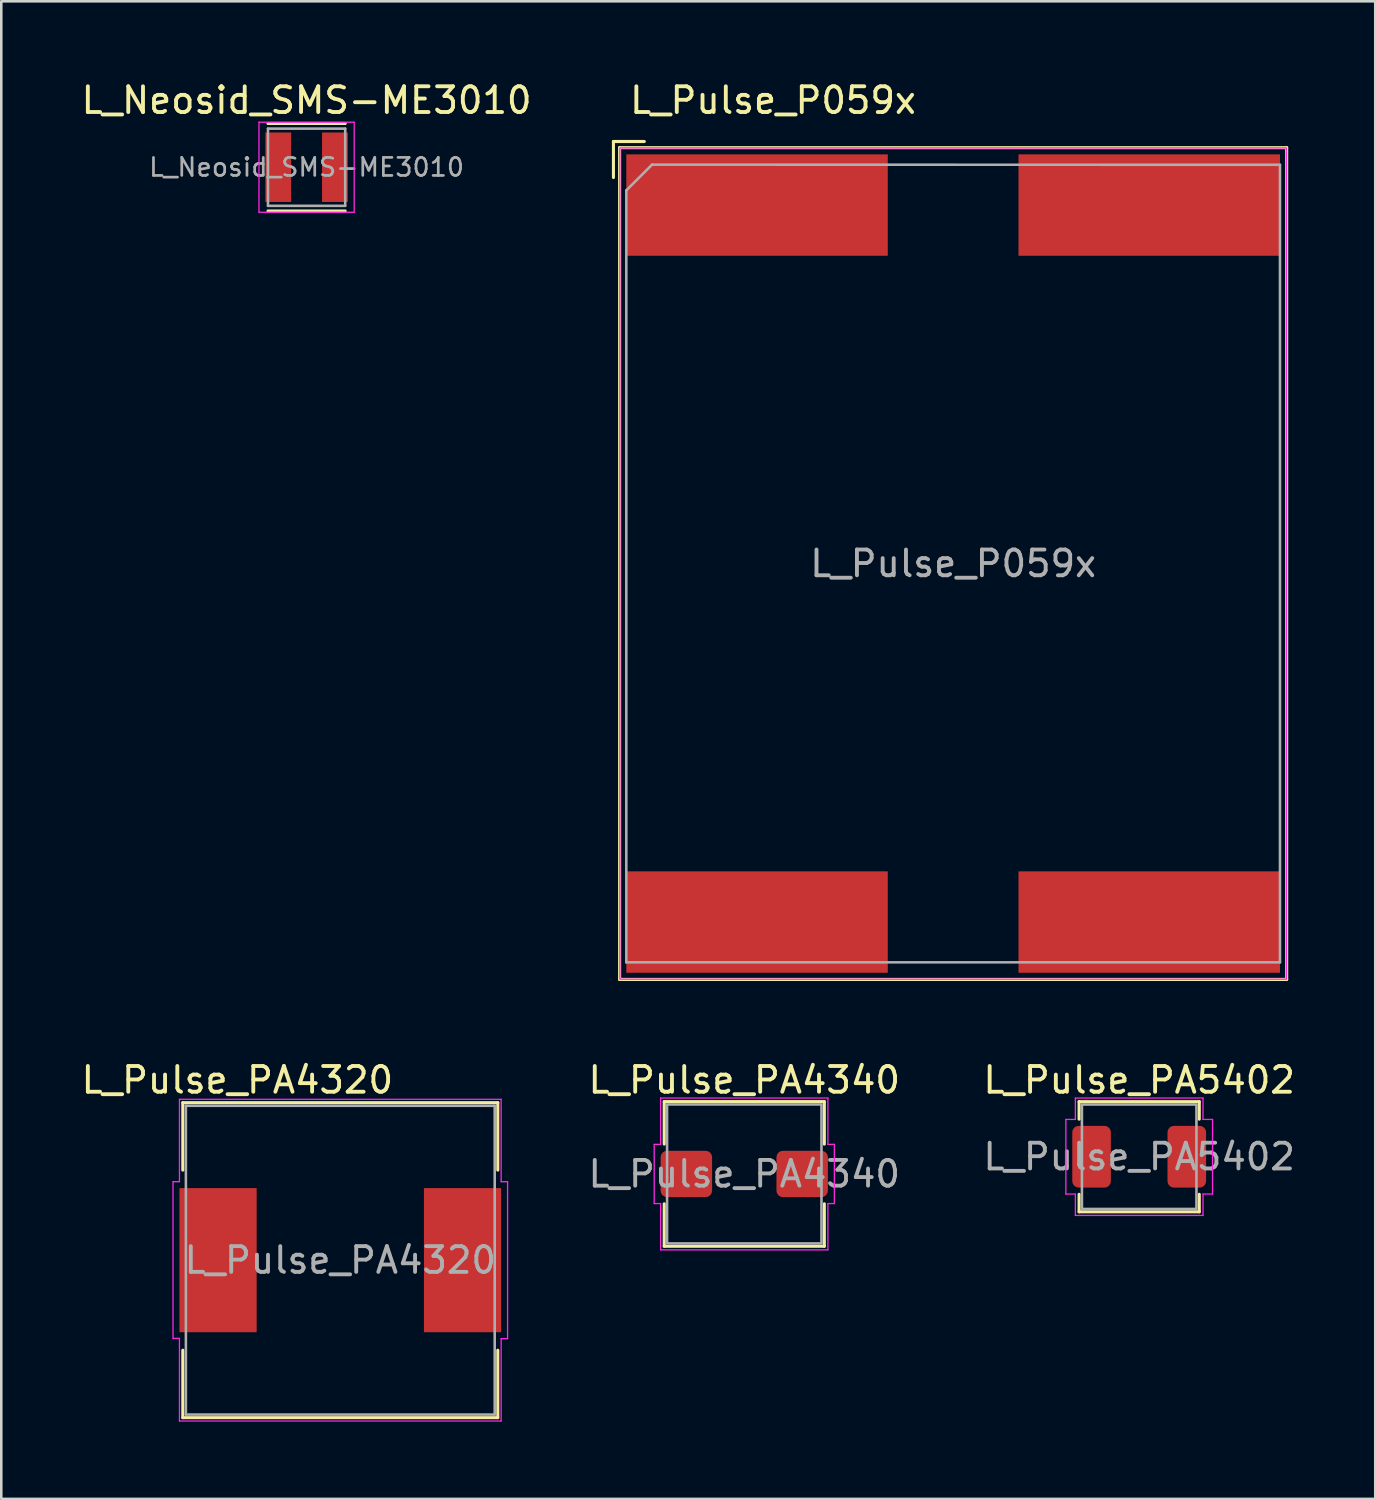
<source format=kicad_pcb>
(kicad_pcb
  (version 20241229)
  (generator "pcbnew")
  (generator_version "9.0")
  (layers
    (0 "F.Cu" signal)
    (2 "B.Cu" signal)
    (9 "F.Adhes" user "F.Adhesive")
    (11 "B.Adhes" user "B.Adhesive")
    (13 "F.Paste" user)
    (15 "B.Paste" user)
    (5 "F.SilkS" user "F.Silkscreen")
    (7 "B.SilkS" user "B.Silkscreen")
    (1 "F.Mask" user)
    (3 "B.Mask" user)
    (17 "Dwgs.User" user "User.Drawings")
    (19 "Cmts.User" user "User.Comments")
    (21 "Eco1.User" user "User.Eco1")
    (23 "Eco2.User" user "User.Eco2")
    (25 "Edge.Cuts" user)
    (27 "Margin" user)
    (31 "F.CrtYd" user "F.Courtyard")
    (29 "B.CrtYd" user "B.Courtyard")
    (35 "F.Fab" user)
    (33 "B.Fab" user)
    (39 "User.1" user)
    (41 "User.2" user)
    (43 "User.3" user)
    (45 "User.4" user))
  (footprint "L_Pulse_PA4340"
    (layer "F.Cu")
    (at 25.87 42.566)
    (property "Reference" "L_Pulse_PA4340" (at 0 -3.65 0) (layer "F.SilkS") (effects (font (size 1 1) (thickness 0.15))))
    (attr smd)
    (fp_line (start -3.11 -2.81) (end 3.11 -2.81) (stroke (width 0.12) (type solid)) (layer "F.SilkS"))
    (fp_line (start -3.11 -1.16) (end -3.11 -2.81) (stroke (width 0.12) (type solid)) (layer "F.SilkS"))
    (fp_line (start -3.11 2.81) (end -3.11 1.16) (stroke (width 0.12) (type solid)) (layer "F.SilkS"))
    (fp_line (start 3.11 -2.81) (end 3.11 -1.16) (stroke (width 0.12) (type solid)) (layer "F.SilkS"))
    (fp_line (start 3.11 1.16) (end 3.11 2.81) (stroke (width 0.12) (type solid)) (layer "F.SilkS"))
    (fp_line (start 3.11 2.81) (end -3.11 2.81) (stroke (width 0.12) (type solid)) (layer "F.SilkS"))
    (fp_line (start -3.5 -1.15) (end -3.25 -1.15) (stroke (width 0.05) (type solid)) (layer "F.CrtYd"))
    (fp_line (start -3.5 1.15) (end -3.5 -1.15) (stroke (width 0.05) (type solid)) (layer "F.CrtYd"))
    (fp_line (start -3.25 -2.95) (end 3.25 -2.95) (stroke (width 0.05) (type solid)) (layer "F.CrtYd"))
    (fp_line (start -3.25 -1.15) (end -3.25 -2.95) (stroke (width 0.05) (type solid)) (layer "F.CrtYd"))
    (fp_line (start -3.25 1.15) (end -3.5 1.15) (stroke (width 0.05) (type solid)) (layer "F.CrtYd"))
    (fp_line (start -3.25 2.95) (end -3.25 1.15) (stroke (width 0.05) (type solid)) (layer "F.CrtYd"))
    (fp_line (start 3.25 -2.95) (end 3.25 -1.15) (stroke (width 0.05) (type solid)) (layer "F.CrtYd"))
    (fp_line (start 3.25 -1.15) (end 3.5 -1.15) (stroke (width 0.05) (type solid)) (layer "F.CrtYd"))
    (fp_line (start 3.25 1.15) (end 3.25 2.95) (stroke (width 0.05) (type solid)) (layer "F.CrtYd"))
    (fp_line (start 3.25 2.95) (end -3.25 2.95) (stroke (width 0.05) (type solid)) (layer "F.CrtYd"))
    (fp_line (start 3.5 -1.15) (end 3.5 1.15) (stroke (width 0.05) (type solid)) (layer "F.CrtYd"))
    (fp_line (start 3.5 1.15) (end 3.25 1.15) (stroke (width 0.05) (type solid)) (layer "F.CrtYd"))
    (fp_rect (start -3 -2.7) (end 3 2.7) (stroke (width 0.1) (type solid)) (fill no) (layer "F.Fab"))
    (fp_text user "${REFERENCE}" (at 0 0 0) (layer "F.Fab") (effects (font (size 1 1) (thickness 0.15))))
    (pad "1" smd roundrect (at -2.25 0) (size 2 1.8) (layers "F.Cu" "F.Mask" "F.Paste") (roundrect_rratio 0.139))
    (pad "2" smd roundrect (at 2.25 0) (size 2 1.8) (layers "F.Cu" "F.Mask" "F.Paste") (roundrect_rratio 0.139)))
  (footprint "L_Pulse_P059x"
    (layer "F.Cu")
    (at 33.986 18.848)
    (property "Reference" "L_Pulse_P059x" (at -7 -18 0) (unlocked yes) (layer "F.SilkS") (effects (font (size 1 1) (thickness 0.15))))
    (attr smd)
    (fp_line (start -13.2 -16.4) (end -12 -16.4) (stroke (width 0.12) (type solid)) (layer "F.SilkS"))
    (fp_line (start -13.2 -15) (end -13.2 -16.4) (stroke (width 0.12) (type solid)) (layer "F.SilkS"))
    (fp_line (start -12.96 -16.16) (end 12.96 -16.16) (stroke (width 0.12) (type solid)) (layer "F.SilkS"))
    (fp_line (start -12.96 16.16) (end -12.96 -16.16) (stroke (width 0.12) (type solid)) (layer "F.SilkS"))
    (fp_line (start 12.96 -16.16) (end 12.96 16.16) (stroke (width 0.12) (type solid)) (layer "F.SilkS"))
    (fp_line (start 12.96 16.16) (end -12.96 16.16) (stroke (width 0.12) (type solid)) (layer "F.SilkS"))
    (fp_rect (start -12.95 -16.15) (end 12.95 16.15) (stroke (width 0.05) (type solid)) (fill no) (layer "F.CrtYd"))
    (fp_line (start -12.7 -14.5) (end -11.7 -15.5) (stroke (width 0.1) (type solid)) (layer "F.Fab"))
    (fp_line (start -12.7 15.495) (end -12.7 -14.5) (stroke (width 0.1) (type solid)) (layer "F.Fab"))
    (fp_line (start -11.7 -15.5) (end 12.7 -15.495) (stroke (width 0.1) (type solid)) (layer "F.Fab"))
    (fp_line (start 12.7 -15.495) (end 12.7 15.495) (stroke (width 0.1) (type solid)) (layer "F.Fab"))
    (fp_line (start 12.7 15.495) (end -12.7 15.495) (stroke (width 0.1) (type solid)) (layer "F.Fab"))
    (fp_text user "${REFERENCE}" (at 0 0 0) (unlocked yes) (layer "F.Fab") (effects (font (size 1 1) (thickness 0.15))))
    (pad "1" smd rect (at -7.62 -13.93) (size 10.16 3.94) (layers "F.Cu" "F.Mask" "F.Paste"))
    (pad "2" smd rect (at 7.62 -13.93) (size 10.16 3.94) (layers "F.Cu" "F.Mask" "F.Paste"))
    (pad "3" smd rect (at 7.62 13.93) (size 10.16 3.94) (layers "F.Cu" "F.Mask" "F.Paste"))
    (pad "4" smd rect (at -7.62 13.93) (size 10.16 3.94) (layers "F.Cu" "F.Mask" "F.Paste")))
  (footprint "L_Neosid_SMS-ME3010"
    (layer "F.Cu")
    (at 8.863 3.448)
    (property "Reference" "L_Neosid_SMS-ME3010" (at 0 -2.6 0) (layer "F.SilkS") (effects (font (size 1 1) (thickness 0.15))))
    (attr smd)
    (fp_line (start 1.5 -1.7) (end -1.5 -1.7) (stroke (width 0.12) (type solid)) (layer "F.SilkS"))
    (fp_line (start 1.5 1.7) (end -1.5 1.7) (stroke (width 0.12) (type solid)) (layer "F.SilkS"))
    (fp_line (start -1.85 -1.75) (end -1.85 1.75) (stroke (width 0.05) (type solid)) (layer "F.CrtYd"))
    (fp_line (start -1.85 -1.75) (end 1.85 -1.75) (stroke (width 0.05) (type solid)) (layer "F.CrtYd"))
    (fp_line (start 1.85 1.75) (end -1.85 1.75) (stroke (width 0.05) (type solid)) (layer "F.CrtYd"))
    (fp_line (start 1.85 1.75) (end 1.85 -1.75) (stroke (width 0.05) (type solid)) (layer "F.CrtYd"))
    (fp_line (start -1.5 -1.5) (end -1.5 1.5) (stroke (width 0.1) (type solid)) (layer "F.Fab"))
    (fp_line (start -1.5 1.5) (end 1.5 1.5) (stroke (width 0.1) (type solid)) (layer "F.Fab"))
    (fp_line (start 1.5 -1.5) (end -1.5 -1.5) (stroke (width 0.1) (type solid)) (layer "F.Fab"))
    (fp_line (start 1.5 1.5) (end 1.5 -1.5) (stroke (width 0.1) (type solid)) (layer "F.Fab"))
    (fp_text user "${REFERENCE}" (at 0 0 0) (layer "F.Fab") (effects (font (size 0.7 0.7) (thickness 0.105))))
    (pad "1" smd rect (at -1.1 0) (size 1 2.7) (layers "F.Cu" "F.Mask" "F.Paste"))
    (pad "2" smd rect (at 1.1 0) (size 1 2.7) (layers "F.Cu" "F.Mask" "F.Paste")))
  (footprint "L_Pulse_PA5402"
    (layer "F.Cu")
    (at 41.215 41.897)
    (property "Reference" "L_Pulse_PA5402" (at 0 -2.98 0) (layer "F.SilkS") (effects (font (size 1 1) (thickness 0.15))))
    (attr smd)
    (fp_line (start -2.335 -2.14) (end 2.335 -2.14) (stroke (width 0.12) (type solid)) (layer "F.SilkS"))
    (fp_line (start -2.335 -1.46) (end -2.335 -2.14) (stroke (width 0.12) (type solid)) (layer "F.SilkS"))
    (fp_line (start -2.335 2.14) (end -2.335 1.46) (stroke (width 0.12) (type solid)) (layer "F.SilkS"))
    (fp_line (start 2.335 -2.14) (end 2.335 -1.46) (stroke (width 0.12) (type solid)) (layer "F.SilkS"))
    (fp_line (start 2.335 1.46) (end 2.335 2.14) (stroke (width 0.12) (type solid)) (layer "F.SilkS"))
    (fp_line (start 2.335 2.14) (end -2.335 2.14) (stroke (width 0.12) (type solid)) (layer "F.SilkS"))
    (fp_line (start -2.85 -1.45) (end -2.48 -1.45) (stroke (width 0.05) (type solid)) (layer "F.CrtYd"))
    (fp_line (start -2.85 1.45) (end -2.85 -1.45) (stroke (width 0.05) (type solid)) (layer "F.CrtYd"))
    (fp_line (start -2.48 -2.28) (end 2.48 -2.28) (stroke (width 0.05) (type solid)) (layer "F.CrtYd"))
    (fp_line (start -2.48 -1.45) (end -2.48 -2.28) (stroke (width 0.05) (type solid)) (layer "F.CrtYd"))
    (fp_line (start -2.48 1.45) (end -2.85 1.45) (stroke (width 0.05) (type solid)) (layer "F.CrtYd"))
    (fp_line (start -2.48 2.28) (end -2.48 1.45) (stroke (width 0.05) (type solid)) (layer "F.CrtYd"))
    (fp_line (start 2.48 -2.28) (end 2.48 -1.45) (stroke (width 0.05) (type solid)) (layer "F.CrtYd"))
    (fp_line (start 2.48 -1.45) (end 2.85 -1.45) (stroke (width 0.05) (type solid)) (layer "F.CrtYd"))
    (fp_line (start 2.48 1.45) (end 2.48 2.28) (stroke (width 0.05) (type solid)) (layer "F.CrtYd"))
    (fp_line (start 2.48 2.28) (end -2.48 2.28) (stroke (width 0.05) (type solid)) (layer "F.CrtYd"))
    (fp_line (start 2.85 -1.45) (end 2.85 1.45) (stroke (width 0.05) (type solid)) (layer "F.CrtYd"))
    (fp_line (start 2.85 1.45) (end 2.48 1.45) (stroke (width 0.05) (type solid)) (layer "F.CrtYd"))
    (fp_rect (start -2.225 -2.03) (end 2.225 2.03) (stroke (width 0.1) (type solid)) (fill no) (layer "F.Fab"))
    (fp_text user "${REFERENCE}" (at 0 0 0) (layer "F.Fab") (effects (font (size 1 1) (thickness 0.15))))
    (pad "1" smd roundrect (at -1.85 0) (size 1.5 2.4) (layers "F.Cu" "F.Mask" "F.Paste") (roundrect_rratio 0.167))
    (pad "2" smd roundrect (at 1.85 0) (size 1.5 2.4) (layers "F.Cu" "F.Mask" "F.Paste") (roundrect_rratio 0.167)))
  (footprint "L_Pulse_PA4320"
    (layer "F.Cu")
    (at 10.173 45.916)
    (property "Reference" "L_Pulse_PA4320" (at -4 -7 0) (layer "F.SilkS") (effects (font (size 1 1) (thickness 0.15))))
    (attr smd)
    (fp_line (start -6.12 -6.12) (end -6.12 -3.5) (stroke (width 0.12) (type solid)) (layer "F.SilkS"))
    (fp_line (start -6.12 -6.12) (end 6.12 -6.12) (stroke (width 0.12) (type solid)) (layer "F.SilkS"))
    (fp_line (start -6.12 3.5) (end -6.12 6.12) (stroke (width 0.12) (type solid)) (layer "F.SilkS"))
    (fp_line (start -6.12 6.12) (end 6.12 6.12) (stroke (width 0.12) (type solid)) (layer "F.SilkS"))
    (fp_line (start 6.12 -6.12) (end 6.12 -3.5) (stroke (width 0.12) (type solid)) (layer "F.SilkS"))
    (fp_line (start 6.12 3.5) (end 6.12 6.12) (stroke (width 0.12) (type solid)) (layer "F.SilkS"))
    (fp_line (start -6.5 3.04) (end -6.5 -3.05) (stroke (width 0.05) (type solid)) (layer "F.CrtYd"))
    (fp_line (start -6.25 -6.25) (end -6.25 -3.05) (stroke (width 0.05) (type solid)) (layer "F.CrtYd"))
    (fp_line (start -6.25 -6.25) (end 6.25 -6.25) (stroke (width 0.05) (type solid)) (layer "F.CrtYd"))
    (fp_line (start -6.25 -3.05) (end -6.5 -3.05) (stroke (width 0.05) (type solid)) (layer "F.CrtYd"))
    (fp_line (start -6.25 3.04) (end -6.5 3.04) (stroke (width 0.05) (type solid)) (layer "F.CrtYd"))
    (fp_line (start -6.25 3.04) (end -6.25 6.25) (stroke (width 0.05) (type solid)) (layer "F.CrtYd"))
    (fp_line (start 6.25 -6.25) (end 6.25 -3.05) (stroke (width 0.05) (type solid)) (layer "F.CrtYd"))
    (fp_line (start 6.25 -3.05) (end 6.5 -3.05) (stroke (width 0.05) (type solid)) (layer "F.CrtYd"))
    (fp_line (start 6.25 3.05) (end 6.25 6.25) (stroke (width 0.05) (type solid)) (layer "F.CrtYd"))
    (fp_line (start 6.25 6.25) (end -6.25 6.25) (stroke (width 0.05) (type solid)) (layer "F.CrtYd"))
    (fp_line (start 6.5 -3.05) (end 6.5 3.05) (stroke (width 0.05) (type solid)) (layer "F.CrtYd"))
    (fp_line (start 6.5 3.05) (end 6.25 3.05) (stroke (width 0.05) (type solid)) (layer "F.CrtYd"))
    (fp_line (start -6 -6) (end 6 -6) (stroke (width 0.1) (type solid)) (layer "F.Fab"))
    (fp_line (start -6 6) (end -6 -6) (stroke (width 0.1) (type solid)) (layer "F.Fab"))
    (fp_line (start 6 -6) (end 6 6) (stroke (width 0.1) (type solid)) (layer "F.Fab"))
    (fp_line (start 6 6) (end -6 6) (stroke (width 0.1) (type solid)) (layer "F.Fab"))
    (fp_text user "${REFERENCE}" (at 0 0 0) (layer "F.Fab") (effects (font (size 1 1) (thickness 0.15))))
    (pad "1" smd rect (at -4.75 0 90) (size 5.6 3) (layers "F.Cu" "F.Mask" "F.Paste"))
    (pad "2" smd rect (at 4.75 0 90) (size 5.6 3) (layers "F.Cu" "F.Mask" "F.Paste")))
  (gr_rect
    (start -3 -3)
    (end 50.388 55.191)
    (stroke (width 0.1) (type default))
    (fill no)
    (layer "Edge.Cuts")))
</source>
